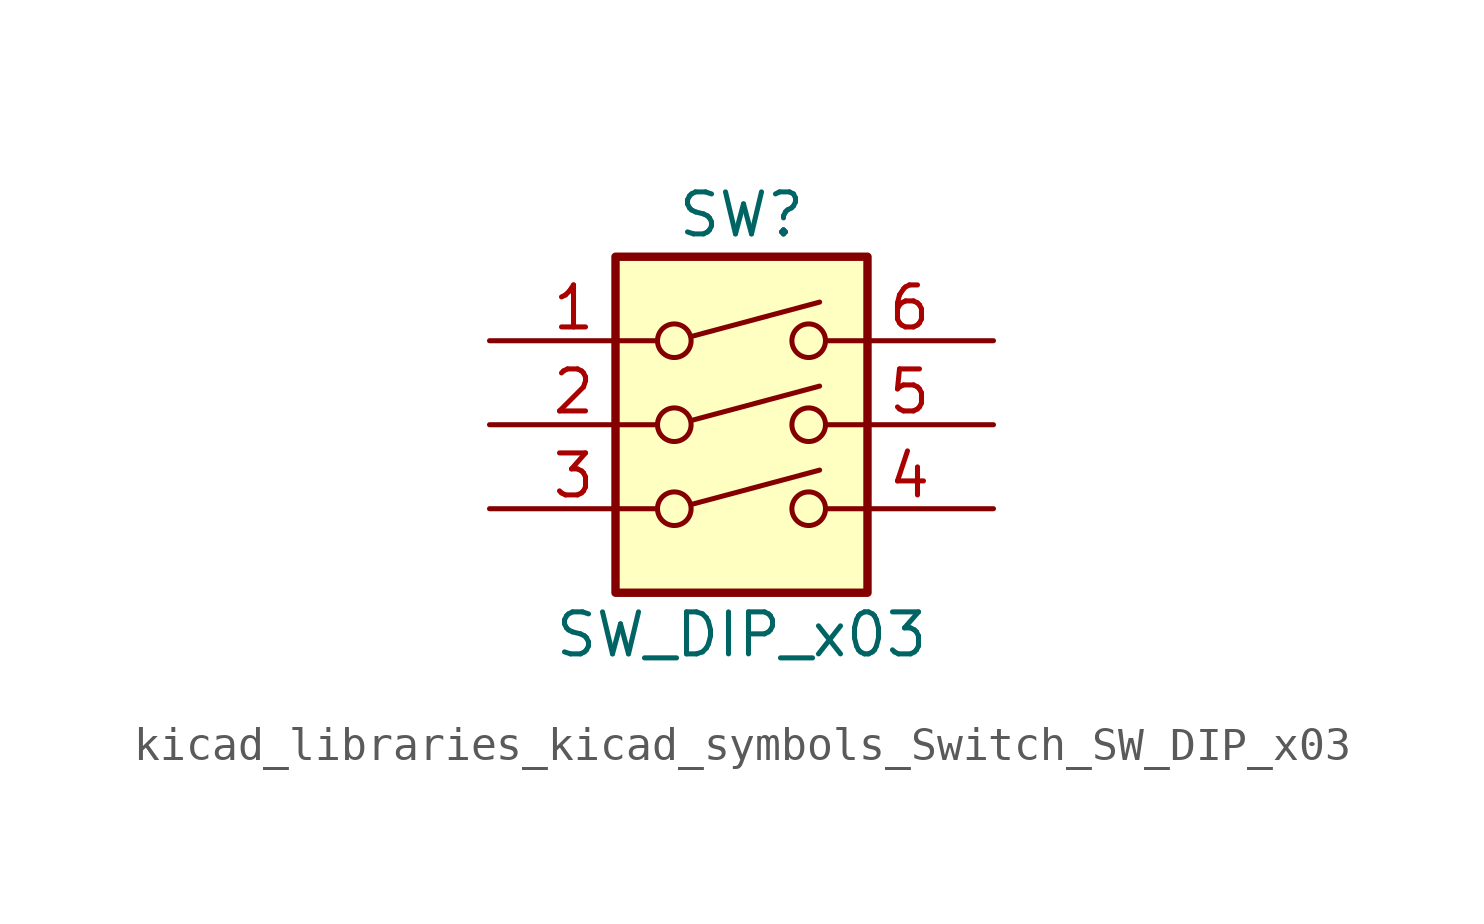
<source format=kicad_sym>
(kicad_symbol_lib
  (version 20220914)
  (generator kicad_symbol_editor)
  (symbol "kicad_libraries_kicad_symbols_Switch_SW_DIP_x03"
    (pin_names
      (offset 0) hide)
    (property "Reference" "SW"
      (at 0 8.89 0)
      (effects (font (size 1.27 1.27))))
    (property "Value" "SW_DIP_x03"
      (at 0 -3.81 0)
      (effects (font (size 1.27 1.27))))
    (symbol "kicad_libraries_kicad_symbols_Switch_SW_DIP_x03_0_0"
      (circle (center -2.032 0) (radius 0.508) (stroke (width 0) (type default)) (fill (type none)))
      (circle (center -2.032 2.54) (radius 0.508) (stroke (width 0) (type default)) (fill (type none)))
      (circle (center -2.032 5.08) (radius 0.508) (stroke (width 0) (type default)) (fill (type none)))
      (polyline (pts (xy -1.524 0.127) (xy 2.362 1.168)) (stroke (width 0) (type default)) (fill (type none)))
      (polyline (pts (xy -1.524 2.667) (xy 2.362 3.708)) (stroke (width 0) (type default)) (fill (type none)))
      (polyline (pts (xy -1.524 5.207) (xy 2.362 6.248)) (stroke (width 0) (type default)) (fill (type none)))
      (circle (center 2.032 0) (radius 0.508) (stroke (width 0) (type default)) (fill (type none)))
      (circle (center 2.032 2.54) (radius 0.508) (stroke (width 0) (type default)) (fill (type none)))
      (circle (center 2.032 5.08) (radius 0.508) (stroke (width 0) (type default)) (fill (type none))))
    (symbol "kicad_libraries_kicad_symbols_Switch_SW_DIP_x03_0_1"
      (rectangle (start -3.81 7.62) (end 3.81 -2.54) (stroke (width 0.254) (type default)) (fill (type background))))
    (symbol "kicad_libraries_kicad_symbols_Switch_SW_DIP_x03_1_1"
      (pin passive line (at -7.62 5.08 0) (length 5.08) (name "~" (effects (font (size 1.27 1.27)))) (number "1" (effects (font (size 1.27 1.27)))))
      (pin passive line (at -7.62 2.54 0) (length 5.08) (name "~" (effects (font (size 1.27 1.27)))) (number "2" (effects (font (size 1.27 1.27)))))
      (pin passive line (at -7.62 0 0) (length 5.08) (name "~" (effects (font (size 1.27 1.27)))) (number "3" (effects (font (size 1.27 1.27)))))
      (pin passive line (at 7.62 0 180) (length 5.08) (name "~" (effects (font (size 1.27 1.27)))) (number "4" (effects (font (size 1.27 1.27)))))
      (pin passive line (at 7.62 2.54 180) (length 5.08) (name "~" (effects (font (size 1.27 1.27)))) (number "5" (effects (font (size 1.27 1.27)))))
      (pin passive line (at 7.62 5.08 180) (length 5.08) (name "~" (effects (font (size 1.27 1.27)))) (number "6" (effects (font (size 1.27 1.27))))))))
</source>
